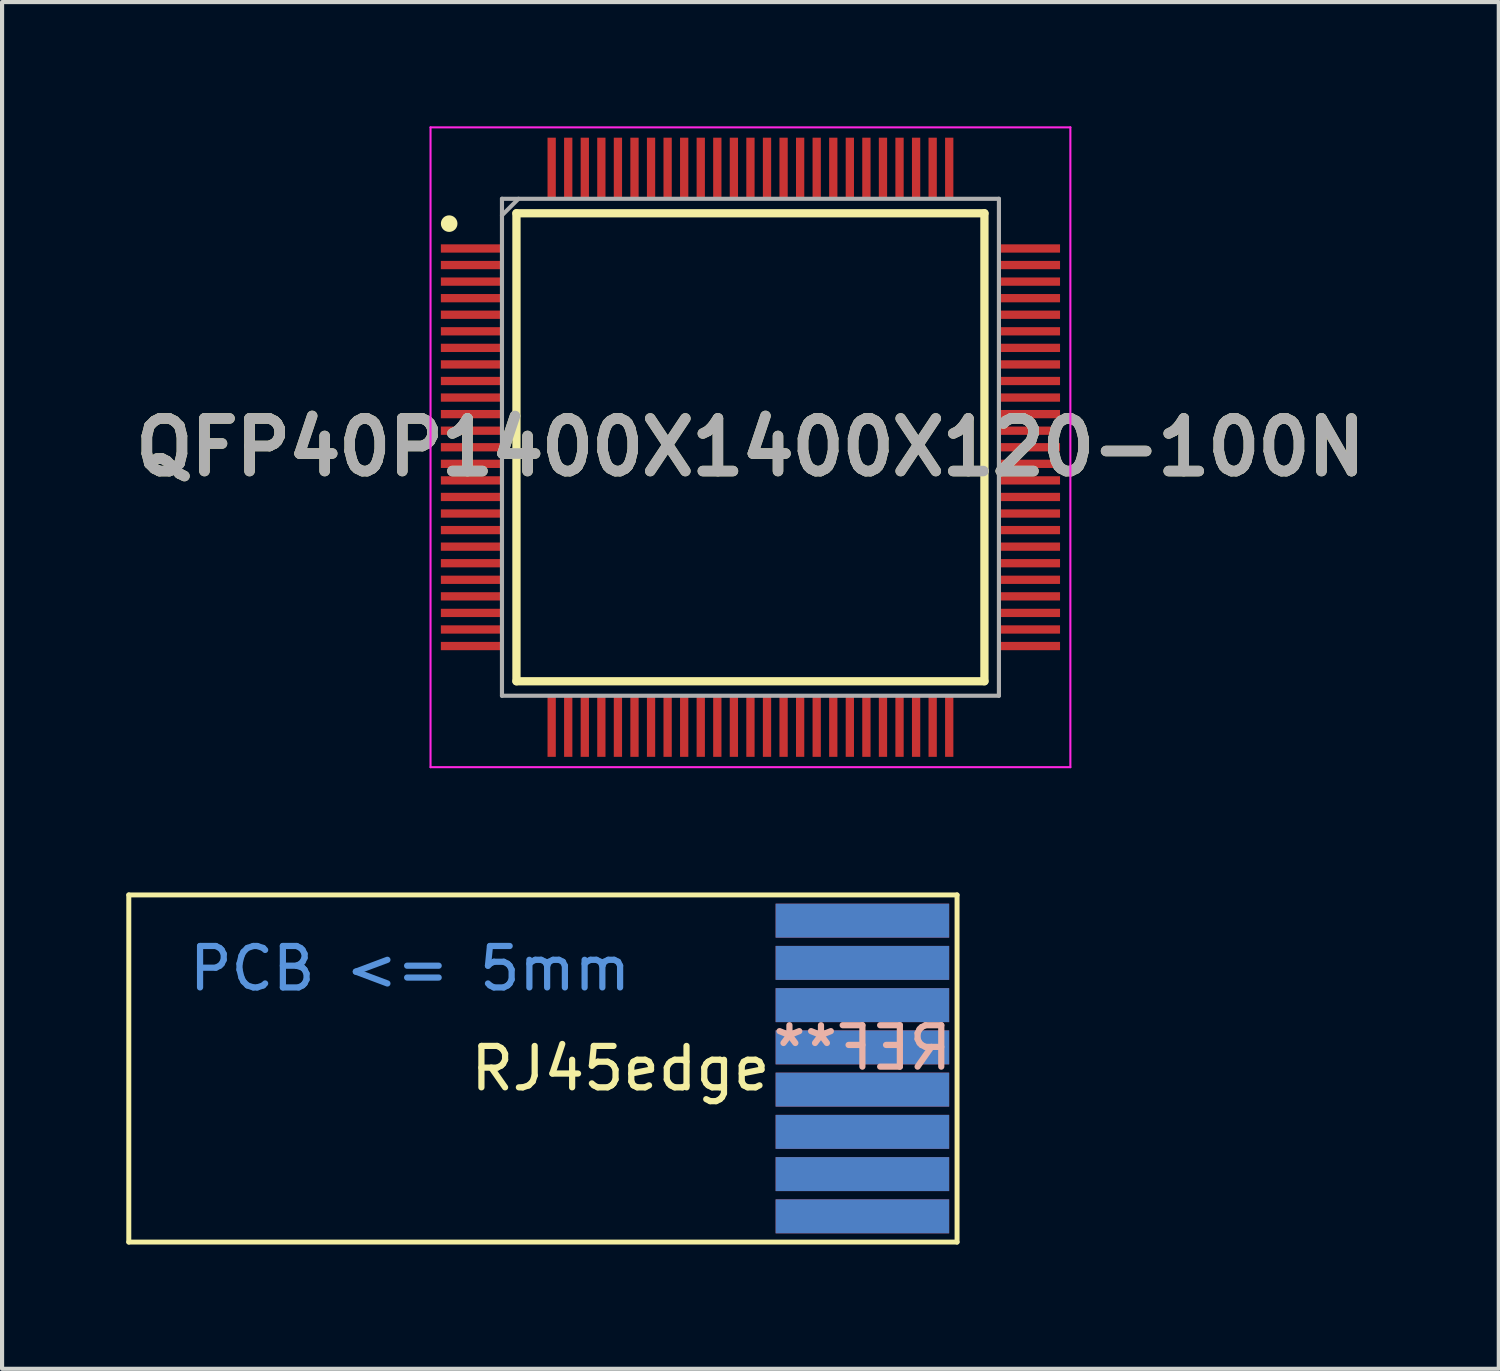
<source format=kicad_pcb>
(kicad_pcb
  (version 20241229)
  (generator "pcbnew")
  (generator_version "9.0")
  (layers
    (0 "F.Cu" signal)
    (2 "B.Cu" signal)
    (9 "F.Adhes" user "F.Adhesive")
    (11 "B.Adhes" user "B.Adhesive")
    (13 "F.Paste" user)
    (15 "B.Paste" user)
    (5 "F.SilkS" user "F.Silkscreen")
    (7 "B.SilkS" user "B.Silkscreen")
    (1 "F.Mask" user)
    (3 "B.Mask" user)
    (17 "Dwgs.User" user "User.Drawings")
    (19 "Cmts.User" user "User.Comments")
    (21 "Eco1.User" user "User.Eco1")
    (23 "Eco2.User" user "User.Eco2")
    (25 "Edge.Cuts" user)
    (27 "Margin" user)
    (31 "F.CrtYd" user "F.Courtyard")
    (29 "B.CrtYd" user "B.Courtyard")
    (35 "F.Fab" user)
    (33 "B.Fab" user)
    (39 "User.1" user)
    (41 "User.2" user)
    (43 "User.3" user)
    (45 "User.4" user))
  (footprint "RJ45edge"
    (layer "F.Cu")
    (at 17.774 22.751)
    (property "Reference" "RJ45edge" (at -5.842 0 0) (layer "F.SilkS") (effects (font (size 1 1) (thickness 0.15))))
    (attr through_hole)
    (fp_line (start -17.714 -4.191) (end -17.714 4.191) (stroke (width 0.12) (type solid)) (layer "F.SilkS"))
    (fp_line (start 2.286 -4.191) (end -17.714 -4.191) (stroke (width 0.12) (type solid)) (layer "F.SilkS"))
    (fp_line (start 2.286 4.191) (end -17.714 4.191) (stroke (width 0.12) (type solid)) (layer "F.SilkS"))
    (fp_line (start 2.286 4.191) (end 2.286 -4.191) (stroke (width 0.12) (type solid)) (layer "F.SilkS"))
    (fp_text user "REF**" (at 0 -0.5 0) (layer "B.SilkS") (effects (font (size 1 1) (thickness 0.15)) (justify mirror)))
    (fp_text user "PCB <= 5mm" (at -10.922 -2.413 0) (layer "Cmts.User") (effects (font (size 1 1) (thickness 0.15))))
    (pad "1" smd rect (at 0 3.57) (size 4.19 0.82) (layers "F.Cu" "F.Mask" "F.Paste"))
    (pad "1" smd rect (at 0 3.57) (size 4.19 0.82) (layers "B.Cu" "B.Mask" "B.Paste"))
    (pad "2" smd rect (at 0 2.55) (size 4.19 0.82) (layers "F.Cu" "F.Mask" "F.Paste"))
    (pad "2" smd rect (at 0 2.55) (size 4.19 0.82) (layers "B.Cu" "B.Mask" "B.Paste"))
    (pad "3" smd rect (at 0 1.53) (size 4.19 0.82) (layers "F.Cu" "F.Mask" "F.Paste"))
    (pad "3" smd rect (at 0 1.53) (size 4.19 0.82) (layers "B.Cu" "B.Mask" "B.Paste"))
    (pad "4" smd rect (at 0 0.51) (size 4.19 0.82) (layers "F.Cu" "F.Mask" "F.Paste"))
    (pad "4" smd rect (at 0 0.51) (size 4.19 0.82) (layers "B.Cu" "B.Mask" "B.Paste"))
    (pad "5" smd rect (at 0 -0.51) (size 4.19 0.82) (layers "F.Cu" "F.Mask" "F.Paste"))
    (pad "5" smd rect (at 0 -0.51) (size 4.19 0.82) (layers "B.Cu" "B.Mask" "B.Paste"))
    (pad "6" smd rect (at 0 -1.53) (size 4.19 0.82) (layers "F.Cu" "F.Mask" "F.Paste"))
    (pad "6" smd rect (at 0 -1.53) (size 4.19 0.82) (layers "B.Cu" "B.Mask" "B.Paste"))
    (pad "7" smd rect (at 0 -2.55) (size 4.19 0.82) (layers "F.Cu" "F.Mask" "F.Paste"))
    (pad "7" smd rect (at 0 -2.55) (size 4.19 0.82) (layers "B.Cu" "B.Mask" "B.Paste"))
    (pad "8" smd rect (at 0 -3.57) (size 4.19 0.82) (layers "F.Cu" "F.Mask" "F.Paste"))
    (pad "8" smd rect (at 0 -3.57) (size 4.19 0.82) (layers "B.Cu" "B.Mask" "B.Paste")))
  (footprint "QFP40P1400X1400X120-100N"
    (layer "F.Cu")
    (at 15.071 7.75)
    (property "Reference" "QFP40P1400X1400X120-100N" (at 0 0 0) (layer "F.SilkS") (effects (font (size 1.27 1.27) (thickness 0.254))))
    (attr smd)
    (fp_line (start -5.65 -5.65) (end 5.65 -5.65) (stroke (width 0.2) (type solid)) (layer "F.SilkS"))
    (fp_line (start -5.65 5.65) (end -5.65 -5.65) (stroke (width 0.2) (type solid)) (layer "F.SilkS"))
    (fp_line (start 5.65 -5.65) (end 5.65 5.65) (stroke (width 0.2) (type solid)) (layer "F.SilkS"))
    (fp_line (start 5.65 5.65) (end -5.65 5.65) (stroke (width 0.2) (type solid)) (layer "F.SilkS"))
    (fp_circle (center -7.275 -5.4) (end -7.275 -5.3) (stroke (width 0.2) (type solid)) (fill no) (layer "F.SilkS"))
    (fp_line (start -7.725 -7.725) (end 7.725 -7.725) (stroke (width 0.05) (type solid)) (layer "F.CrtYd"))
    (fp_line (start -7.725 7.725) (end -7.725 -7.725) (stroke (width 0.05) (type solid)) (layer "F.CrtYd"))
    (fp_line (start 7.725 -7.725) (end 7.725 7.725) (stroke (width 0.05) (type solid)) (layer "F.CrtYd"))
    (fp_line (start 7.725 7.725) (end -7.725 7.725) (stroke (width 0.05) (type solid)) (layer "F.CrtYd"))
    (fp_line (start -6 -6) (end 6 -6) (stroke (width 0.1) (type solid)) (layer "F.Fab"))
    (fp_line (start -6 -5.6) (end -5.6 -6) (stroke (width 0.1) (type solid)) (layer "F.Fab"))
    (fp_line (start -6 6) (end -6 -6) (stroke (width 0.1) (type solid)) (layer "F.Fab"))
    (fp_line (start 6 -6) (end 6 6) (stroke (width 0.1) (type solid)) (layer "F.Fab"))
    (fp_line (start 6 6) (end -6 6) (stroke (width 0.1) (type solid)) (layer "F.Fab"))
    (fp_text user "${REFERENCE}" (at 0 0 0) (layer "F.Fab") (effects (font (size 1.27 1.27) (thickness 0.254))))
    (pad "1" smd rect (at -6.738 -4.8 90) (size 0.2 1.475) (layers "F.Cu" "F.Mask" "F.Paste"))
    (pad "2" smd rect (at -6.738 -4.4 90) (size 0.2 1.475) (layers "F.Cu" "F.Mask" "F.Paste"))
    (pad "3" smd rect (at -6.738 -4 90) (size 0.2 1.475) (layers "F.Cu" "F.Mask" "F.Paste"))
    (pad "4" smd rect (at -6.738 -3.6 90) (size 0.2 1.475) (layers "F.Cu" "F.Mask" "F.Paste"))
    (pad "5" smd rect (at -6.738 -3.2 90) (size 0.2 1.475) (layers "F.Cu" "F.Mask" "F.Paste"))
    (pad "6" smd rect (at -6.738 -2.8 90) (size 0.2 1.475) (layers "F.Cu" "F.Mask" "F.Paste"))
    (pad "7" smd rect (at -6.738 -2.4 90) (size 0.2 1.475) (layers "F.Cu" "F.Mask" "F.Paste"))
    (pad "8" smd rect (at -6.738 -2 90) (size 0.2 1.475) (layers "F.Cu" "F.Mask" "F.Paste"))
    (pad "9" smd rect (at -6.738 -1.6 90) (size 0.2 1.475) (layers "F.Cu" "F.Mask" "F.Paste"))
    (pad "10" smd rect (at -6.738 -1.2 90) (size 0.2 1.475) (layers "F.Cu" "F.Mask" "F.Paste"))
    (pad "11" smd rect (at -6.738 -0.8 90) (size 0.2 1.475) (layers "F.Cu" "F.Mask" "F.Paste"))
    (pad "12" smd rect (at -6.738 -0.4 90) (size 0.2 1.475) (layers "F.Cu" "F.Mask" "F.Paste"))
    (pad "13" smd rect (at -6.738 0 90) (size 0.2 1.475) (layers "F.Cu" "F.Mask" "F.Paste"))
    (pad "14" smd rect (at -6.738 0.4 90) (size 0.2 1.475) (layers "F.Cu" "F.Mask" "F.Paste"))
    (pad "15" smd rect (at -6.738 0.8 90) (size 0.2 1.475) (layers "F.Cu" "F.Mask" "F.Paste"))
    (pad "16" smd rect (at -6.738 1.2 90) (size 0.2 1.475) (layers "F.Cu" "F.Mask" "F.Paste"))
    (pad "17" smd rect (at -6.738 1.6 90) (size 0.2 1.475) (layers "F.Cu" "F.Mask" "F.Paste"))
    (pad "18" smd rect (at -6.738 2 90) (size 0.2 1.475) (layers "F.Cu" "F.Mask" "F.Paste"))
    (pad "19" smd rect (at -6.738 2.4 90) (size 0.2 1.475) (layers "F.Cu" "F.Mask" "F.Paste"))
    (pad "20" smd rect (at -6.738 2.8 90) (size 0.2 1.475) (layers "F.Cu" "F.Mask" "F.Paste"))
    (pad "21" smd rect (at -6.738 3.2 90) (size 0.2 1.475) (layers "F.Cu" "F.Mask" "F.Paste"))
    (pad "22" smd rect (at -6.738 3.6 90) (size 0.2 1.475) (layers "F.Cu" "F.Mask" "F.Paste"))
    (pad "23" smd rect (at -6.738 4 90) (size 0.2 1.475) (layers "F.Cu" "F.Mask" "F.Paste"))
    (pad "24" smd rect (at -6.738 4.4 90) (size 0.2 1.475) (layers "F.Cu" "F.Mask" "F.Paste"))
    (pad "25" smd rect (at -6.738 4.8 90) (size 0.2 1.475) (layers "F.Cu" "F.Mask" "F.Paste"))
    (pad "26" smd rect (at -4.8 6.738) (size 0.2 1.475) (layers "F.Cu" "F.Mask" "F.Paste"))
    (pad "27" smd rect (at -4.4 6.738) (size 0.2 1.475) (layers "F.Cu" "F.Mask" "F.Paste"))
    (pad "28" smd rect (at -4 6.738) (size 0.2 1.475) (layers "F.Cu" "F.Mask" "F.Paste"))
    (pad "29" smd rect (at -3.6 6.738) (size 0.2 1.475) (layers "F.Cu" "F.Mask" "F.Paste"))
    (pad "30" smd rect (at -3.2 6.738) (size 0.2 1.475) (layers "F.Cu" "F.Mask" "F.Paste"))
    (pad "31" smd rect (at -2.8 6.738) (size 0.2 1.475) (layers "F.Cu" "F.Mask" "F.Paste"))
    (pad "32" smd rect (at -2.4 6.738) (size 0.2 1.475) (layers "F.Cu" "F.Mask" "F.Paste"))
    (pad "33" smd rect (at -2 6.738) (size 0.2 1.475) (layers "F.Cu" "F.Mask" "F.Paste"))
    (pad "34" smd rect (at -1.6 6.738) (size 0.2 1.475) (layers "F.Cu" "F.Mask" "F.Paste"))
    (pad "35" smd rect (at -1.2 6.738) (size 0.2 1.475) (layers "F.Cu" "F.Mask" "F.Paste"))
    (pad "36" smd rect (at -0.8 6.738) (size 0.2 1.475) (layers "F.Cu" "F.Mask" "F.Paste"))
    (pad "37" smd rect (at -0.4 6.738) (size 0.2 1.475) (layers "F.Cu" "F.Mask" "F.Paste"))
    (pad "38" smd rect (at 0 6.738) (size 0.2 1.475) (layers "F.Cu" "F.Mask" "F.Paste"))
    (pad "39" smd rect (at 0.4 6.738) (size 0.2 1.475) (layers "F.Cu" "F.Mask" "F.Paste"))
    (pad "40" smd rect (at 0.8 6.738) (size 0.2 1.475) (layers "F.Cu" "F.Mask" "F.Paste"))
    (pad "41" smd rect (at 1.2 6.738) (size 0.2 1.475) (layers "F.Cu" "F.Mask" "F.Paste"))
    (pad "42" smd rect (at 1.6 6.738) (size 0.2 1.475) (layers "F.Cu" "F.Mask" "F.Paste"))
    (pad "43" smd rect (at 2 6.738) (size 0.2 1.475) (layers "F.Cu" "F.Mask" "F.Paste"))
    (pad "44" smd rect (at 2.4 6.738) (size 0.2 1.475) (layers "F.Cu" "F.Mask" "F.Paste"))
    (pad "45" smd rect (at 2.8 6.738) (size 0.2 1.475) (layers "F.Cu" "F.Mask" "F.Paste"))
    (pad "46" smd rect (at 3.2 6.738) (size 0.2 1.475) (layers "F.Cu" "F.Mask" "F.Paste"))
    (pad "47" smd rect (at 3.6 6.738) (size 0.2 1.475) (layers "F.Cu" "F.Mask" "F.Paste"))
    (pad "48" smd rect (at 4 6.738) (size 0.2 1.475) (layers "F.Cu" "F.Mask" "F.Paste"))
    (pad "49" smd rect (at 4.4 6.738) (size 0.2 1.475) (layers "F.Cu" "F.Mask" "F.Paste"))
    (pad "50" smd rect (at 4.8 6.738) (size 0.2 1.475) (layers "F.Cu" "F.Mask" "F.Paste"))
    (pad "51" smd rect (at 6.738 4.8 90) (size 0.2 1.475) (layers "F.Cu" "F.Mask" "F.Paste"))
    (pad "52" smd rect (at 6.738 4.4 90) (size 0.2 1.475) (layers "F.Cu" "F.Mask" "F.Paste"))
    (pad "53" smd rect (at 6.738 4 90) (size 0.2 1.475) (layers "F.Cu" "F.Mask" "F.Paste"))
    (pad "54" smd rect (at 6.738 3.6 90) (size 0.2 1.475) (layers "F.Cu" "F.Mask" "F.Paste"))
    (pad "55" smd rect (at 6.738 3.2 90) (size 0.2 1.475) (layers "F.Cu" "F.Mask" "F.Paste"))
    (pad "56" smd rect (at 6.738 2.8 90) (size 0.2 1.475) (layers "F.Cu" "F.Mask" "F.Paste"))
    (pad "57" smd rect (at 6.738 2.4 90) (size 0.2 1.475) (layers "F.Cu" "F.Mask" "F.Paste"))
    (pad "58" smd rect (at 6.738 2 90) (size 0.2 1.475) (layers "F.Cu" "F.Mask" "F.Paste"))
    (pad "59" smd rect (at 6.738 1.6 90) (size 0.2 1.475) (layers "F.Cu" "F.Mask" "F.Paste"))
    (pad "60" smd rect (at 6.738 1.2 90) (size 0.2 1.475) (layers "F.Cu" "F.Mask" "F.Paste"))
    (pad "61" smd rect (at 6.738 0.8 90) (size 0.2 1.475) (layers "F.Cu" "F.Mask" "F.Paste"))
    (pad "62" smd rect (at 6.738 0.4 90) (size 0.2 1.475) (layers "F.Cu" "F.Mask" "F.Paste"))
    (pad "63" smd rect (at 6.738 0 90) (size 0.2 1.475) (layers "F.Cu" "F.Mask" "F.Paste"))
    (pad "64" smd rect (at 6.738 -0.4 90) (size 0.2 1.475) (layers "F.Cu" "F.Mask" "F.Paste"))
    (pad "65" smd rect (at 6.738 -0.8 90) (size 0.2 1.475) (layers "F.Cu" "F.Mask" "F.Paste"))
    (pad "66" smd rect (at 6.738 -1.2 90) (size 0.2 1.475) (layers "F.Cu" "F.Mask" "F.Paste"))
    (pad "67" smd rect (at 6.738 -1.6 90) (size 0.2 1.475) (layers "F.Cu" "F.Mask" "F.Paste"))
    (pad "68" smd rect (at 6.738 -2 90) (size 0.2 1.475) (layers "F.Cu" "F.Mask" "F.Paste"))
    (pad "69" smd rect (at 6.738 -2.4 90) (size 0.2 1.475) (layers "F.Cu" "F.Mask" "F.Paste"))
    (pad "70" smd rect (at 6.738 -2.8 90) (size 0.2 1.475) (layers "F.Cu" "F.Mask" "F.Paste"))
    (pad "71" smd rect (at 6.738 -3.2 90) (size 0.2 1.475) (layers "F.Cu" "F.Mask" "F.Paste"))
    (pad "72" smd rect (at 6.738 -3.6 90) (size 0.2 1.475) (layers "F.Cu" "F.Mask" "F.Paste"))
    (pad "73" smd rect (at 6.738 -4 90) (size 0.2 1.475) (layers "F.Cu" "F.Mask" "F.Paste"))
    (pad "74" smd rect (at 6.738 -4.4 90) (size 0.2 1.475) (layers "F.Cu" "F.Mask" "F.Paste"))
    (pad "75" smd rect (at 6.738 -4.8 90) (size 0.2 1.475) (layers "F.Cu" "F.Mask" "F.Paste"))
    (pad "76" smd rect (at 4.8 -6.738) (size 0.2 1.475) (layers "F.Cu" "F.Mask" "F.Paste"))
    (pad "77" smd rect (at 4.4 -6.738) (size 0.2 1.475) (layers "F.Cu" "F.Mask" "F.Paste"))
    (pad "78" smd rect (at 4 -6.738) (size 0.2 1.475) (layers "F.Cu" "F.Mask" "F.Paste"))
    (pad "79" smd rect (at 3.6 -6.738) (size 0.2 1.475) (layers "F.Cu" "F.Mask" "F.Paste"))
    (pad "80" smd rect (at 3.2 -6.738) (size 0.2 1.475) (layers "F.Cu" "F.Mask" "F.Paste"))
    (pad "81" smd rect (at 2.8 -6.738) (size 0.2 1.475) (layers "F.Cu" "F.Mask" "F.Paste"))
    (pad "82" smd rect (at 2.4 -6.738) (size 0.2 1.475) (layers "F.Cu" "F.Mask" "F.Paste"))
    (pad "83" smd rect (at 2 -6.738) (size 0.2 1.475) (layers "F.Cu" "F.Mask" "F.Paste"))
    (pad "84" smd rect (at 1.6 -6.738) (size 0.2 1.475) (layers "F.Cu" "F.Mask" "F.Paste"))
    (pad "85" smd rect (at 1.2 -6.738) (size 0.2 1.475) (layers "F.Cu" "F.Mask" "F.Paste"))
    (pad "86" smd rect (at 0.8 -6.738) (size 0.2 1.475) (layers "F.Cu" "F.Mask" "F.Paste"))
    (pad "87" smd rect (at 0.4 -6.738) (size 0.2 1.475) (layers "F.Cu" "F.Mask" "F.Paste"))
    (pad "88" smd rect (at 0 -6.738) (size 0.2 1.475) (layers "F.Cu" "F.Mask" "F.Paste"))
    (pad "89" smd rect (at -0.4 -6.738) (size 0.2 1.475) (layers "F.Cu" "F.Mask" "F.Paste"))
    (pad "90" smd rect (at -0.8 -6.738) (size 0.2 1.475) (layers "F.Cu" "F.Mask" "F.Paste"))
    (pad "91" smd rect (at -1.2 -6.738) (size 0.2 1.475) (layers "F.Cu" "F.Mask" "F.Paste"))
    (pad "92" smd rect (at -1.6 -6.738) (size 0.2 1.475) (layers "F.Cu" "F.Mask" "F.Paste"))
    (pad "93" smd rect (at -2 -6.738) (size 0.2 1.475) (layers "F.Cu" "F.Mask" "F.Paste"))
    (pad "94" smd rect (at -2.4 -6.738) (size 0.2 1.475) (layers "F.Cu" "F.Mask" "F.Paste"))
    (pad "95" smd rect (at -2.8 -6.738) (size 0.2 1.475) (layers "F.Cu" "F.Mask" "F.Paste"))
    (pad "96" smd rect (at -3.2 -6.738) (size 0.2 1.475) (layers "F.Cu" "F.Mask" "F.Paste"))
    (pad "97" smd rect (at -3.6 -6.738) (size 0.2 1.475) (layers "F.Cu" "F.Mask" "F.Paste"))
    (pad "98" smd rect (at -4 -6.738) (size 0.2 1.475) (layers "F.Cu" "F.Mask" "F.Paste"))
    (pad "99" smd rect (at -4.4 -6.738) (size 0.2 1.475) (layers "F.Cu" "F.Mask" "F.Paste"))
    (pad "100" smd rect (at -4.8 -6.738) (size 0.2 1.475) (layers "F.Cu" "F.Mask" "F.Paste")))
  (gr_rect
    (start -3 -3)
    (end 33.141 30.002)
    (stroke (width 0.1) (type default))
    (fill no)
    (layer "Edge.Cuts")))
</source>
